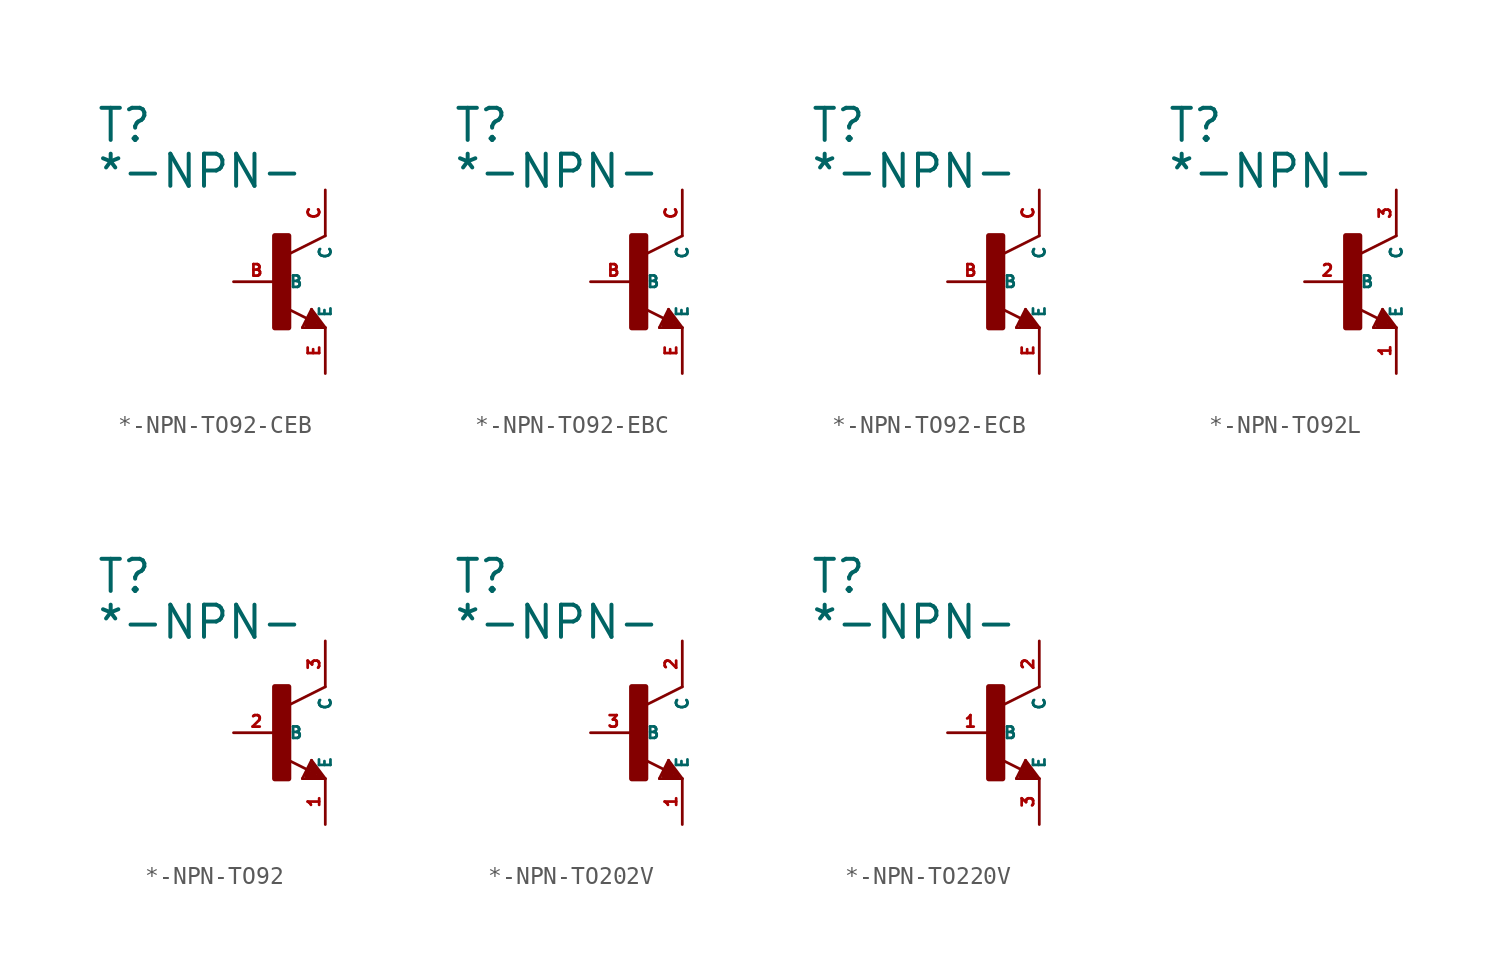
<source format=kicad_sym>
(kicad_symbol_lib
  (version 20220914)
  (generator Eagle2Kicad)
  (symbol "*-NPN-TO92-CEB"
    (property "Reference" "T"
      (at -10.16 7.62 0)
      (effects (font (size 1.778 1.778) (thickness 0.22)) (justify left bottom)))
    (property "Value" "*-NPN-"
      (at -10.16 5.08 0)
      (effects (font (size 1.778 1.778) (thickness 0.22)) (justify left bottom)))
    (polyline
      (pts (xy 2.54 2.54) (xy 0.508 1.524))
      (stroke (width 0.152) (type default))
      (fill (type none)))
    (polyline
      (pts (xy 1.778 -1.524) (xy 2.54 -2.54))
      (stroke (width 0.152) (type default))
      (fill (type none)))
    (polyline
      (pts (xy 2.54 -2.54) (xy 1.27 -2.54))
      (stroke (width 0.152) (type default))
      (fill (type none)))
    (polyline
      (pts (xy 1.27 -2.54) (xy 1.778 -1.524))
      (stroke (width 0.152) (type default))
      (fill (type none)))
    (polyline
      (pts (xy 1.54 -2.04) (xy 0.308 -1.424))
      (stroke (width 0.152) (type default))
      (fill (type none)))
    (polyline
      (pts (xy 1.524 -2.413) (xy 2.286 -2.413))
      (stroke (width 0.254) (type default))
      (fill (type none)))
    (polyline
      (pts (xy 2.286 -2.413) (xy 1.778 -1.778))
      (stroke (width 0.254) (type default))
      (fill (type none)))
    (polyline
      (pts (xy 1.778 -1.778) (xy 1.524 -2.286))
      (stroke (width 0.254) (type default))
      (fill (type none)))
    (polyline
      (pts (xy 1.524 -2.286) (xy 1.905 -2.286))
      (stroke (width 0.254) (type default))
      (fill (type none)))
    (polyline
      (pts (xy 1.905 -2.286) (xy 1.778 -2.032))
      (stroke (width 0.254) (type default))
      (fill (type none)))
    (rectangle
      (start -0.254 -2.54)
      (end 0.508 2.54)
      (stroke (width 0.3) (type default))
      (fill (type outline)))
    (pin passive line
      (at -2.54 0 0)
      (length 2.54)
      (name "B" (effects (font (size 0.635 0.635) (thickness 0.08)) (justify left bottom)))
      (number "B" (effects (font (size 0.635 0.635) (thickness 0.08)) (justify left bottom))))
    (pin passive line
      (at 2.54 -5.08 90)
      (length 2.54)
      (name "E" (effects (font (size 0.635 0.635) (thickness 0.08)) (justify left bottom)))
      (number "E" (effects (font (size 0.635 0.635) (thickness 0.08)) (justify left bottom))))
    (pin passive line
      (at 2.54 5.08 270)
      (length 2.54)
      (name "C" (effects (font (size 0.635 0.635) (thickness 0.08)) (justify left bottom)))
      (number "C" (effects (font (size 0.635 0.635) (thickness 0.08)) (justify left bottom)))))
  (symbol "*-NPN-TO92-EBC"
    (property "Reference" "T"
      (at -10.16 7.62 0)
      (effects (font (size 1.778 1.778) (thickness 0.22)) (justify left bottom)))
    (property "Value" "*-NPN-"
      (at -10.16 5.08 0)
      (effects (font (size 1.778 1.778) (thickness 0.22)) (justify left bottom)))
    (polyline
      (pts (xy 2.54 2.54) (xy 0.508 1.524))
      (stroke (width 0.152) (type default))
      (fill (type none)))
    (polyline
      (pts (xy 1.778 -1.524) (xy 2.54 -2.54))
      (stroke (width 0.152) (type default))
      (fill (type none)))
    (polyline
      (pts (xy 2.54 -2.54) (xy 1.27 -2.54))
      (stroke (width 0.152) (type default))
      (fill (type none)))
    (polyline
      (pts (xy 1.27 -2.54) (xy 1.778 -1.524))
      (stroke (width 0.152) (type default))
      (fill (type none)))
    (polyline
      (pts (xy 1.54 -2.04) (xy 0.308 -1.424))
      (stroke (width 0.152) (type default))
      (fill (type none)))
    (polyline
      (pts (xy 1.524 -2.413) (xy 2.286 -2.413))
      (stroke (width 0.254) (type default))
      (fill (type none)))
    (polyline
      (pts (xy 2.286 -2.413) (xy 1.778 -1.778))
      (stroke (width 0.254) (type default))
      (fill (type none)))
    (polyline
      (pts (xy 1.778 -1.778) (xy 1.524 -2.286))
      (stroke (width 0.254) (type default))
      (fill (type none)))
    (polyline
      (pts (xy 1.524 -2.286) (xy 1.905 -2.286))
      (stroke (width 0.254) (type default))
      (fill (type none)))
    (polyline
      (pts (xy 1.905 -2.286) (xy 1.778 -2.032))
      (stroke (width 0.254) (type default))
      (fill (type none)))
    (rectangle
      (start -0.254 -2.54)
      (end 0.508 2.54)
      (stroke (width 0.3) (type default))
      (fill (type outline)))
    (pin passive line
      (at -2.54 0 0)
      (length 2.54)
      (name "B" (effects (font (size 0.635 0.635) (thickness 0.08)) (justify left bottom)))
      (number "B" (effects (font (size 0.635 0.635) (thickness 0.08)) (justify left bottom))))
    (pin passive line
      (at 2.54 -5.08 90)
      (length 2.54)
      (name "E" (effects (font (size 0.635 0.635) (thickness 0.08)) (justify left bottom)))
      (number "E" (effects (font (size 0.635 0.635) (thickness 0.08)) (justify left bottom))))
    (pin passive line
      (at 2.54 5.08 270)
      (length 2.54)
      (name "C" (effects (font (size 0.635 0.635) (thickness 0.08)) (justify left bottom)))
      (number "C" (effects (font (size 0.635 0.635) (thickness 0.08)) (justify left bottom)))))
  (symbol "*-NPN-TO92-ECB"
    (property "Reference" "T"
      (at -10.16 7.62 0)
      (effects (font (size 1.778 1.778) (thickness 0.22)) (justify left bottom)))
    (property "Value" "*-NPN-"
      (at -10.16 5.08 0)
      (effects (font (size 1.778 1.778) (thickness 0.22)) (justify left bottom)))
    (polyline
      (pts (xy 2.54 2.54) (xy 0.508 1.524))
      (stroke (width 0.152) (type default))
      (fill (type none)))
    (polyline
      (pts (xy 1.778 -1.524) (xy 2.54 -2.54))
      (stroke (width 0.152) (type default))
      (fill (type none)))
    (polyline
      (pts (xy 2.54 -2.54) (xy 1.27 -2.54))
      (stroke (width 0.152) (type default))
      (fill (type none)))
    (polyline
      (pts (xy 1.27 -2.54) (xy 1.778 -1.524))
      (stroke (width 0.152) (type default))
      (fill (type none)))
    (polyline
      (pts (xy 1.54 -2.04) (xy 0.308 -1.424))
      (stroke (width 0.152) (type default))
      (fill (type none)))
    (polyline
      (pts (xy 1.524 -2.413) (xy 2.286 -2.413))
      (stroke (width 0.254) (type default))
      (fill (type none)))
    (polyline
      (pts (xy 2.286 -2.413) (xy 1.778 -1.778))
      (stroke (width 0.254) (type default))
      (fill (type none)))
    (polyline
      (pts (xy 1.778 -1.778) (xy 1.524 -2.286))
      (stroke (width 0.254) (type default))
      (fill (type none)))
    (polyline
      (pts (xy 1.524 -2.286) (xy 1.905 -2.286))
      (stroke (width 0.254) (type default))
      (fill (type none)))
    (polyline
      (pts (xy 1.905 -2.286) (xy 1.778 -2.032))
      (stroke (width 0.254) (type default))
      (fill (type none)))
    (rectangle
      (start -0.254 -2.54)
      (end 0.508 2.54)
      (stroke (width 0.3) (type default))
      (fill (type outline)))
    (pin passive line
      (at -2.54 0 0)
      (length 2.54)
      (name "B" (effects (font (size 0.635 0.635) (thickness 0.08)) (justify left bottom)))
      (number "B" (effects (font (size 0.635 0.635) (thickness 0.08)) (justify left bottom))))
    (pin passive line
      (at 2.54 -5.08 90)
      (length 2.54)
      (name "E" (effects (font (size 0.635 0.635) (thickness 0.08)) (justify left bottom)))
      (number "E" (effects (font (size 0.635 0.635) (thickness 0.08)) (justify left bottom))))
    (pin passive line
      (at 2.54 5.08 270)
      (length 2.54)
      (name "C" (effects (font (size 0.635 0.635) (thickness 0.08)) (justify left bottom)))
      (number "C" (effects (font (size 0.635 0.635) (thickness 0.08)) (justify left bottom)))))
  (symbol "*-NPN-TO92L"
    (property "Reference" "T"
      (at -10.16 7.62 0)
      (effects (font (size 1.778 1.778) (thickness 0.22)) (justify left bottom)))
    (property "Value" "*-NPN-"
      (at -10.16 5.08 0)
      (effects (font (size 1.778 1.778) (thickness 0.22)) (justify left bottom)))
    (polyline
      (pts (xy 2.54 2.54) (xy 0.508 1.524))
      (stroke (width 0.152) (type default))
      (fill (type none)))
    (polyline
      (pts (xy 1.778 -1.524) (xy 2.54 -2.54))
      (stroke (width 0.152) (type default))
      (fill (type none)))
    (polyline
      (pts (xy 2.54 -2.54) (xy 1.27 -2.54))
      (stroke (width 0.152) (type default))
      (fill (type none)))
    (polyline
      (pts (xy 1.27 -2.54) (xy 1.778 -1.524))
      (stroke (width 0.152) (type default))
      (fill (type none)))
    (polyline
      (pts (xy 1.54 -2.04) (xy 0.308 -1.424))
      (stroke (width 0.152) (type default))
      (fill (type none)))
    (polyline
      (pts (xy 1.524 -2.413) (xy 2.286 -2.413))
      (stroke (width 0.254) (type default))
      (fill (type none)))
    (polyline
      (pts (xy 2.286 -2.413) (xy 1.778 -1.778))
      (stroke (width 0.254) (type default))
      (fill (type none)))
    (polyline
      (pts (xy 1.778 -1.778) (xy 1.524 -2.286))
      (stroke (width 0.254) (type default))
      (fill (type none)))
    (polyline
      (pts (xy 1.524 -2.286) (xy 1.905 -2.286))
      (stroke (width 0.254) (type default))
      (fill (type none)))
    (polyline
      (pts (xy 1.905 -2.286) (xy 1.778 -2.032))
      (stroke (width 0.254) (type default))
      (fill (type none)))
    (rectangle
      (start -0.254 -2.54)
      (end 0.508 2.54)
      (stroke (width 0.3) (type default))
      (fill (type outline)))
    (pin passive line
      (at -2.54 0 0)
      (length 2.54)
      (name "B" (effects (font (size 0.635 0.635) (thickness 0.08)) (justify left bottom)))
      (number "2" (effects (font (size 0.635 0.635) (thickness 0.08)) (justify left bottom))))
    (pin passive line
      (at 2.54 -5.08 90)
      (length 2.54)
      (name "E" (effects (font (size 0.635 0.635) (thickness 0.08)) (justify left bottom)))
      (number "1" (effects (font (size 0.635 0.635) (thickness 0.08)) (justify left bottom))))
    (pin passive line
      (at 2.54 5.08 270)
      (length 2.54)
      (name "C" (effects (font (size 0.635 0.635) (thickness 0.08)) (justify left bottom)))
      (number "3" (effects (font (size 0.635 0.635) (thickness 0.08)) (justify left bottom)))))
  (symbol "*-NPN-TO92"
    (property "Reference" "T"
      (at -10.16 7.62 0)
      (effects (font (size 1.778 1.778) (thickness 0.22)) (justify left bottom)))
    (property "Value" "*-NPN-"
      (at -10.16 5.08 0)
      (effects (font (size 1.778 1.778) (thickness 0.22)) (justify left bottom)))
    (polyline
      (pts (xy 2.54 2.54) (xy 0.508 1.524))
      (stroke (width 0.152) (type default))
      (fill (type none)))
    (polyline
      (pts (xy 1.778 -1.524) (xy 2.54 -2.54))
      (stroke (width 0.152) (type default))
      (fill (type none)))
    (polyline
      (pts (xy 2.54 -2.54) (xy 1.27 -2.54))
      (stroke (width 0.152) (type default))
      (fill (type none)))
    (polyline
      (pts (xy 1.27 -2.54) (xy 1.778 -1.524))
      (stroke (width 0.152) (type default))
      (fill (type none)))
    (polyline
      (pts (xy 1.54 -2.04) (xy 0.308 -1.424))
      (stroke (width 0.152) (type default))
      (fill (type none)))
    (polyline
      (pts (xy 1.524 -2.413) (xy 2.286 -2.413))
      (stroke (width 0.254) (type default))
      (fill (type none)))
    (polyline
      (pts (xy 2.286 -2.413) (xy 1.778 -1.778))
      (stroke (width 0.254) (type default))
      (fill (type none)))
    (polyline
      (pts (xy 1.778 -1.778) (xy 1.524 -2.286))
      (stroke (width 0.254) (type default))
      (fill (type none)))
    (polyline
      (pts (xy 1.524 -2.286) (xy 1.905 -2.286))
      (stroke (width 0.254) (type default))
      (fill (type none)))
    (polyline
      (pts (xy 1.905 -2.286) (xy 1.778 -2.032))
      (stroke (width 0.254) (type default))
      (fill (type none)))
    (rectangle
      (start -0.254 -2.54)
      (end 0.508 2.54)
      (stroke (width 0.3) (type default))
      (fill (type outline)))
    (pin passive line
      (at -2.54 0 0)
      (length 2.54)
      (name "B" (effects (font (size 0.635 0.635) (thickness 0.08)) (justify left bottom)))
      (number "2" (effects (font (size 0.635 0.635) (thickness 0.08)) (justify left bottom))))
    (pin passive line
      (at 2.54 -5.08 90)
      (length 2.54)
      (name "E" (effects (font (size 0.635 0.635) (thickness 0.08)) (justify left bottom)))
      (number "1" (effects (font (size 0.635 0.635) (thickness 0.08)) (justify left bottom))))
    (pin passive line
      (at 2.54 5.08 270)
      (length 2.54)
      (name "C" (effects (font (size 0.635 0.635) (thickness 0.08)) (justify left bottom)))
      (number "3" (effects (font (size 0.635 0.635) (thickness 0.08)) (justify left bottom)))))
  (symbol "*-NPN-TO202V"
    (property "Reference" "T"
      (at -10.16 7.62 0)
      (effects (font (size 1.778 1.778) (thickness 0.22)) (justify left bottom)))
    (property "Value" "*-NPN-"
      (at -10.16 5.08 0)
      (effects (font (size 1.778 1.778) (thickness 0.22)) (justify left bottom)))
    (polyline
      (pts (xy 2.54 2.54) (xy 0.508 1.524))
      (stroke (width 0.152) (type default))
      (fill (type none)))
    (polyline
      (pts (xy 1.778 -1.524) (xy 2.54 -2.54))
      (stroke (width 0.152) (type default))
      (fill (type none)))
    (polyline
      (pts (xy 2.54 -2.54) (xy 1.27 -2.54))
      (stroke (width 0.152) (type default))
      (fill (type none)))
    (polyline
      (pts (xy 1.27 -2.54) (xy 1.778 -1.524))
      (stroke (width 0.152) (type default))
      (fill (type none)))
    (polyline
      (pts (xy 1.54 -2.04) (xy 0.308 -1.424))
      (stroke (width 0.152) (type default))
      (fill (type none)))
    (polyline
      (pts (xy 1.524 -2.413) (xy 2.286 -2.413))
      (stroke (width 0.254) (type default))
      (fill (type none)))
    (polyline
      (pts (xy 2.286 -2.413) (xy 1.778 -1.778))
      (stroke (width 0.254) (type default))
      (fill (type none)))
    (polyline
      (pts (xy 1.778 -1.778) (xy 1.524 -2.286))
      (stroke (width 0.254) (type default))
      (fill (type none)))
    (polyline
      (pts (xy 1.524 -2.286) (xy 1.905 -2.286))
      (stroke (width 0.254) (type default))
      (fill (type none)))
    (polyline
      (pts (xy 1.905 -2.286) (xy 1.778 -2.032))
      (stroke (width 0.254) (type default))
      (fill (type none)))
    (rectangle
      (start -0.254 -2.54)
      (end 0.508 2.54)
      (stroke (width 0.3) (type default))
      (fill (type outline)))
    (pin passive line
      (at -2.54 0 0)
      (length 2.54)
      (name "B" (effects (font (size 0.635 0.635) (thickness 0.08)) (justify left bottom)))
      (number "3" (effects (font (size 0.635 0.635) (thickness 0.08)) (justify left bottom))))
    (pin passive line
      (at 2.54 -5.08 90)
      (length 2.54)
      (name "E" (effects (font (size 0.635 0.635) (thickness 0.08)) (justify left bottom)))
      (number "1" (effects (font (size 0.635 0.635) (thickness 0.08)) (justify left bottom))))
    (pin passive line
      (at 2.54 5.08 270)
      (length 2.54)
      (name "C" (effects (font (size 0.635 0.635) (thickness 0.08)) (justify left bottom)))
      (number "2" (effects (font (size 0.635 0.635) (thickness 0.08)) (justify left bottom)))))
  (symbol "*-NPN-TO220V"
    (property "Reference" "T"
      (at -10.16 7.62 0)
      (effects (font (size 1.778 1.778) (thickness 0.22)) (justify left bottom)))
    (property "Value" "*-NPN-"
      (at -10.16 5.08 0)
      (effects (font (size 1.778 1.778) (thickness 0.22)) (justify left bottom)))
    (polyline
      (pts (xy 2.54 2.54) (xy 0.508 1.524))
      (stroke (width 0.152) (type default))
      (fill (type none)))
    (polyline
      (pts (xy 1.778 -1.524) (xy 2.54 -2.54))
      (stroke (width 0.152) (type default))
      (fill (type none)))
    (polyline
      (pts (xy 2.54 -2.54) (xy 1.27 -2.54))
      (stroke (width 0.152) (type default))
      (fill (type none)))
    (polyline
      (pts (xy 1.27 -2.54) (xy 1.778 -1.524))
      (stroke (width 0.152) (type default))
      (fill (type none)))
    (polyline
      (pts (xy 1.54 -2.04) (xy 0.308 -1.424))
      (stroke (width 0.152) (type default))
      (fill (type none)))
    (polyline
      (pts (xy 1.524 -2.413) (xy 2.286 -2.413))
      (stroke (width 0.254) (type default))
      (fill (type none)))
    (polyline
      (pts (xy 2.286 -2.413) (xy 1.778 -1.778))
      (stroke (width 0.254) (type default))
      (fill (type none)))
    (polyline
      (pts (xy 1.778 -1.778) (xy 1.524 -2.286))
      (stroke (width 0.254) (type default))
      (fill (type none)))
    (polyline
      (pts (xy 1.524 -2.286) (xy 1.905 -2.286))
      (stroke (width 0.254) (type default))
      (fill (type none)))
    (polyline
      (pts (xy 1.905 -2.286) (xy 1.778 -2.032))
      (stroke (width 0.254) (type default))
      (fill (type none)))
    (rectangle
      (start -0.254 -2.54)
      (end 0.508 2.54)
      (stroke (width 0.3) (type default))
      (fill (type outline)))
    (pin passive line
      (at -2.54 0 0)
      (length 2.54)
      (name "B" (effects (font (size 0.635 0.635) (thickness 0.08)) (justify left bottom)))
      (number "1" (effects (font (size 0.635 0.635) (thickness 0.08)) (justify left bottom))))
    (pin passive line
      (at 2.54 -5.08 90)
      (length 2.54)
      (name "E" (effects (font (size 0.635 0.635) (thickness 0.08)) (justify left bottom)))
      (number "3" (effects (font (size 0.635 0.635) (thickness 0.08)) (justify left bottom))))
    (pin passive line
      (at 2.54 5.08 270)
      (length 2.54)
      (name "C" (effects (font (size 0.635 0.635) (thickness 0.08)) (justify left bottom)))
      (number "2" (effects (font (size 0.635 0.635) (thickness 0.08)) (justify left bottom))))))
</source>
